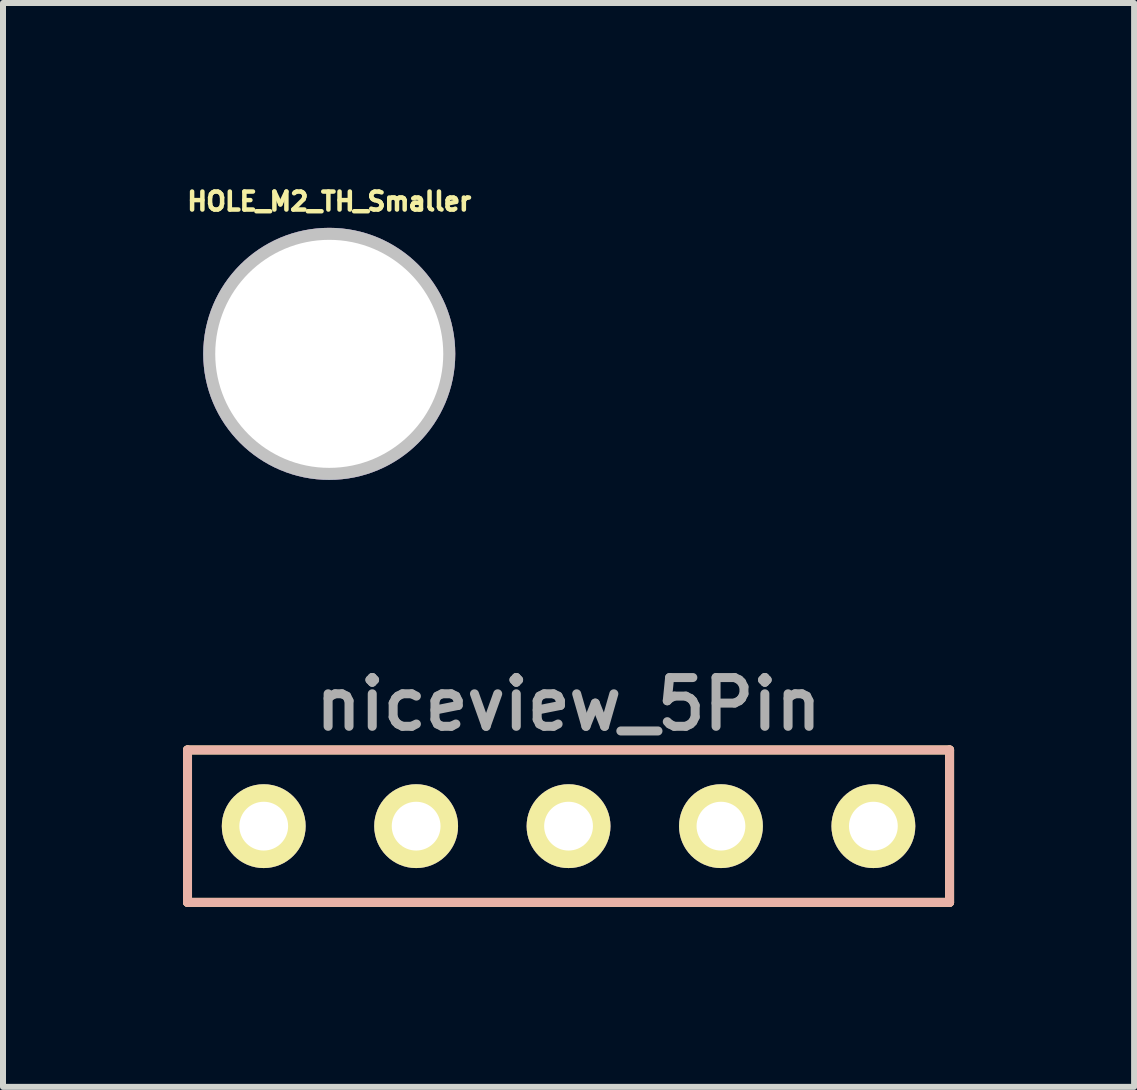
<source format=kicad_pcb>
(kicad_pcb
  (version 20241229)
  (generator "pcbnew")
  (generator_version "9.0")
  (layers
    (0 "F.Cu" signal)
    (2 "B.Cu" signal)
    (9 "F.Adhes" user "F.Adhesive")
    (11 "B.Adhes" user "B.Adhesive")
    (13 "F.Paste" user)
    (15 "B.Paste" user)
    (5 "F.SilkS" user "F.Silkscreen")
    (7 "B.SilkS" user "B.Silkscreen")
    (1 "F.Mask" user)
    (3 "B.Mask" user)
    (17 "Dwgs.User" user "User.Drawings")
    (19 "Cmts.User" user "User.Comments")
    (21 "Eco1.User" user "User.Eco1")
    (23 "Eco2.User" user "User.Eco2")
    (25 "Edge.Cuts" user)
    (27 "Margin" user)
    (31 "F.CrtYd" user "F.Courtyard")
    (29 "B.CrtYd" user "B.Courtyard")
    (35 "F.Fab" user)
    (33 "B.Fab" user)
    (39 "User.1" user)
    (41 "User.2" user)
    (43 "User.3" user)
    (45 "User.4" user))
  (footprint "HOLE_M2_TH_Smaller"
    (layer "F.Cu")
    (at 2.437 2.847)
    (property "Reference" "HOLE_M2_TH_Smaller" (at 0 -2.54 0) (layer "F.SilkS") (effects (font (size 0.3 0.3) (thickness 0.076))))
    (attr through_hole)
    (pad "" thru_hole circle (at 0 0 90) (size 4.2 4.2) (drill 3.8) (layers "*.Cu" "*.Mask" "Dwgs.User")))
  (footprint "niceview_5Pin"
    (layer "F.Cu")
    (at 1.345 10.718)
    (property "Reference" "niceview_5Pin" (at 5.08 -2.032 180) (layer "F.Fab") (effects (font (size 0.813 0.813) (thickness 0.15))))
    (attr through_hole)
    (fp_line (start -1.27 -1.27) (end 11.43 -1.27) (stroke (width 0.15) (type solid)) (layer "F.SilkS"))
    (fp_line (start -1.27 1.27) (end -1.27 -1.27) (stroke (width 0.15) (type solid)) (layer "F.SilkS"))
    (fp_line (start -1.27 1.27) (end 11.43 1.27) (stroke (width 0.15) (type solid)) (layer "F.SilkS"))
    (fp_line (start 11.43 -1.27) (end 11.43 1.27) (stroke (width 0.15) (type solid)) (layer "F.SilkS"))
    (fp_line (start -1.27 -1.27) (end 11.43 -1.27) (stroke (width 0.15) (type solid)) (layer "B.SilkS"))
    (fp_line (start -1.27 1.27) (end -1.27 -1.27) (stroke (width 0.15) (type solid)) (layer "B.SilkS"))
    (fp_line (start 11.43 -1.27) (end 11.43 1.27) (stroke (width 0.15) (type solid)) (layer "B.SilkS"))
    (fp_line (start 11.43 1.27) (end -1.27 1.27) (stroke (width 0.15) (type solid)) (layer "B.SilkS"))
    (pad "1" thru_hole circle (at 0 0) (size 1.397 1.397) (drill 0.813) (layers "*.Cu" "*.Mask" "F.SilkS"))
    (pad "2" thru_hole circle (at 2.54 0) (size 1.397 1.397) (drill 0.813) (layers "*.Cu" "*.Mask" "F.SilkS"))
    (pad "3" thru_hole circle (at 5.08 0) (size 1.397 1.397) (drill 0.813) (layers "*.Cu" "*.Mask" "F.SilkS"))
    (pad "4" thru_hole circle (at 7.62 0) (size 1.397 1.397) (drill 0.813) (layers "*.Cu" "*.Mask" "F.SilkS"))
    (pad "5" thru_hole circle (at 10.16 0) (size 1.397 1.397) (drill 0.813) (layers "*.Cu" "*.Mask" "F.SilkS")))
  (gr_rect
    (start -3 -3)
    (end 15.85 15.063)
    (stroke (width 0.1) (type default))
    (fill no)
    (layer "Edge.Cuts")))
</source>
